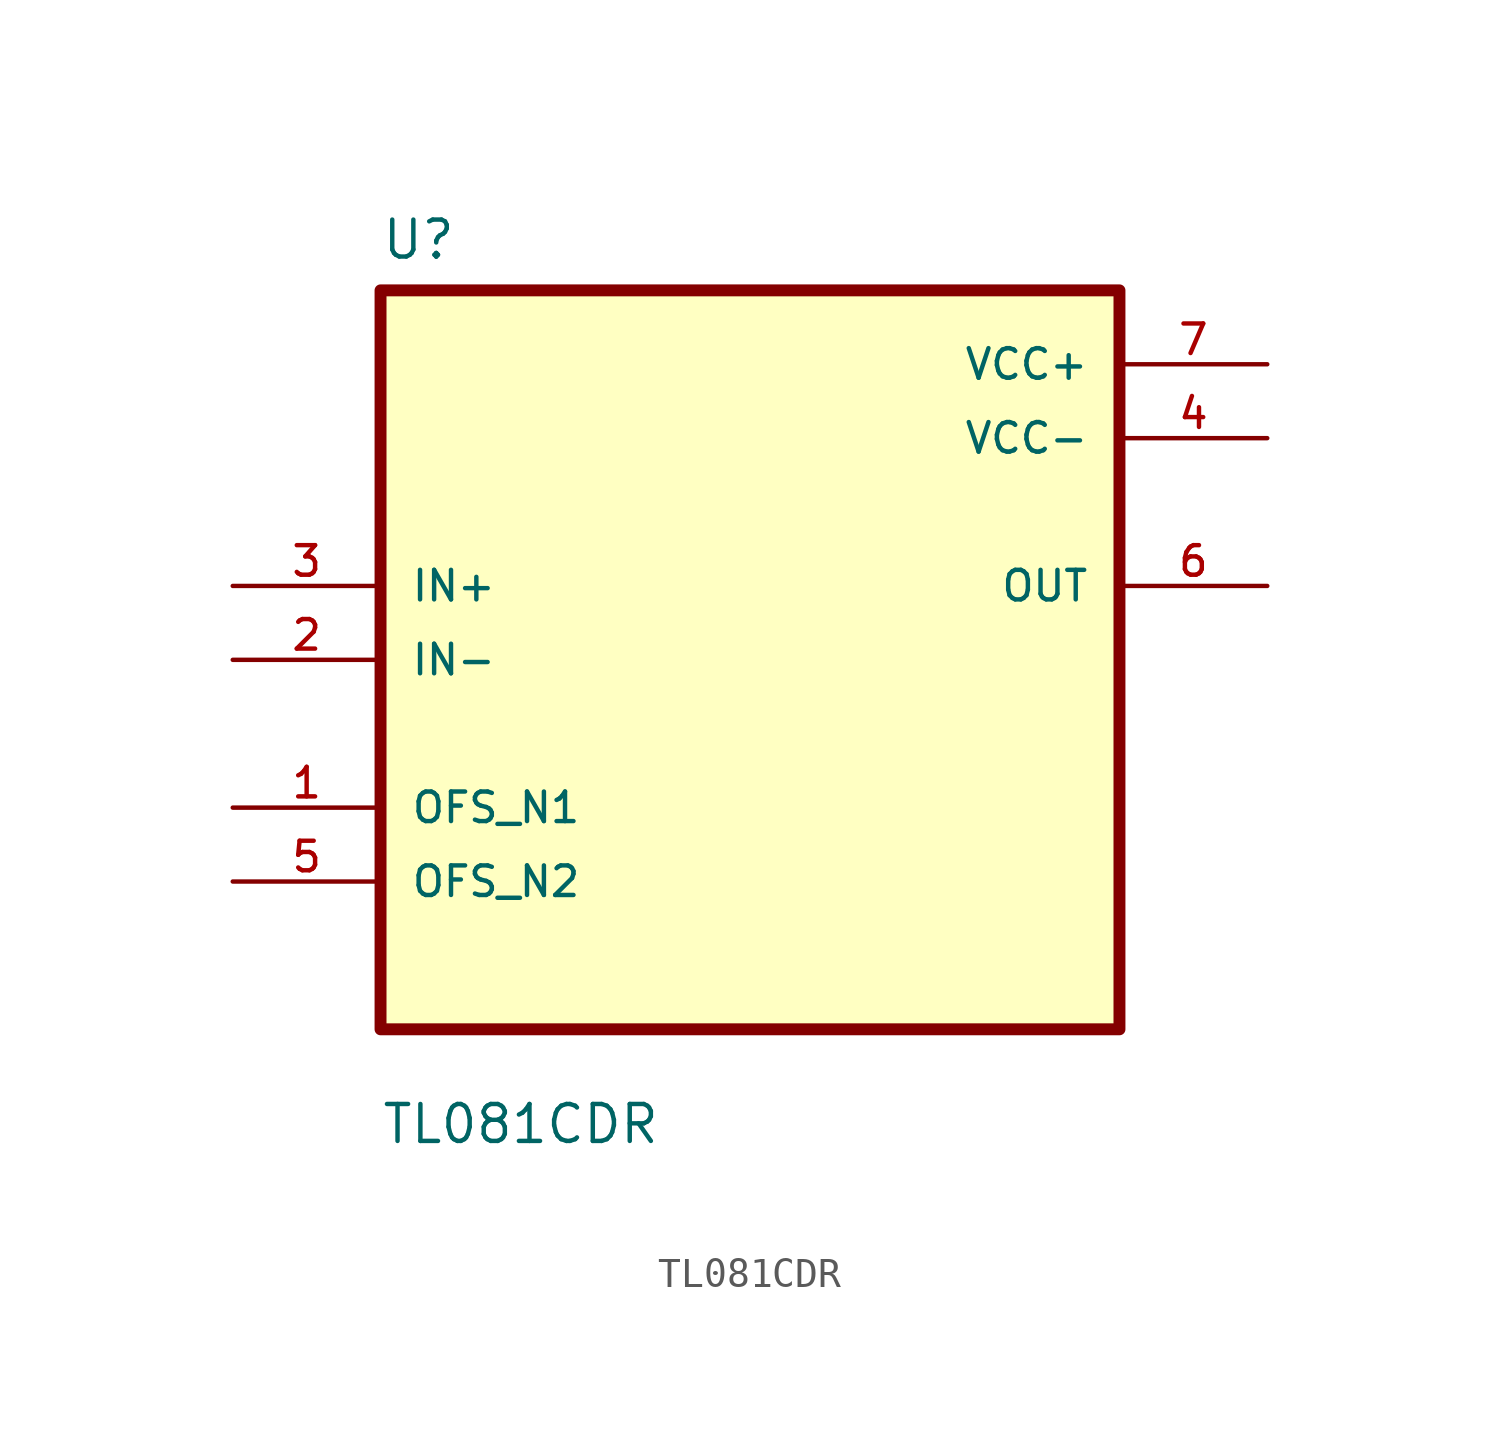
<source format=kicad_sym>
(kicad_symbol_lib
  (version 20211014)
  (generator kicad_symbol_editor)
  (symbol "TL081CDR"
    (pin_names
      (offset 1.016))
    (property "Reference" "U"
      (at -12.7 13.7 0.0)
      (effects (font (size 1.27 1.27)) (justify bottom left)))
    (property "Value" "TL081CDR"
      (at -12.7 -16.7 0.0)
      (effects (font (size 1.27 1.27)) (justify bottom left)))
    (symbol "TL081CDR_0_0"
      (rectangle (start -12.7 -12.7) (end 12.7 12.7) (stroke (width 0.41)) (fill (type background)))
      (pin input line (at -17.78 2.54 0) (length 5.08) (name "IN+" (effects (font (size 1.016 1.016)))) (number "3" (effects (font (size 1.016 1.016)))))
      (pin input line (at -17.78 -8.88178e-16 0) (length 5.08) (name "IN-" (effects (font (size 1.016 1.016)))) (number "2" (effects (font (size 1.016 1.016)))))
      (pin bidirectional line (at -17.78 -5.08 0) (length 5.08) (name "OFS_N1" (effects (font (size 1.016 1.016)))) (number "1" (effects (font (size 1.016 1.016)))))
      (pin bidirectional line (at -17.78 -7.62 0) (length 5.08) (name "OFS_N2" (effects (font (size 1.016 1.016)))) (number "5" (effects (font (size 1.016 1.016)))))
      (pin power_in line (at 17.78 10.16 180.0) (length 5.08) (name "VCC+" (effects (font (size 1.016 1.016)))) (number "7" (effects (font (size 1.016 1.016)))))
      (pin power_in line (at 17.78 7.62 180.0) (length 5.08) (name "VCC-" (effects (font (size 1.016 1.016)))) (number "4" (effects (font (size 1.016 1.016)))))
      (pin output line (at 17.78 2.54 180.0) (length 5.08) (name "OUT" (effects (font (size 1.016 1.016)))) (number "6" (effects (font (size 1.016 1.016))))))))
</source>
